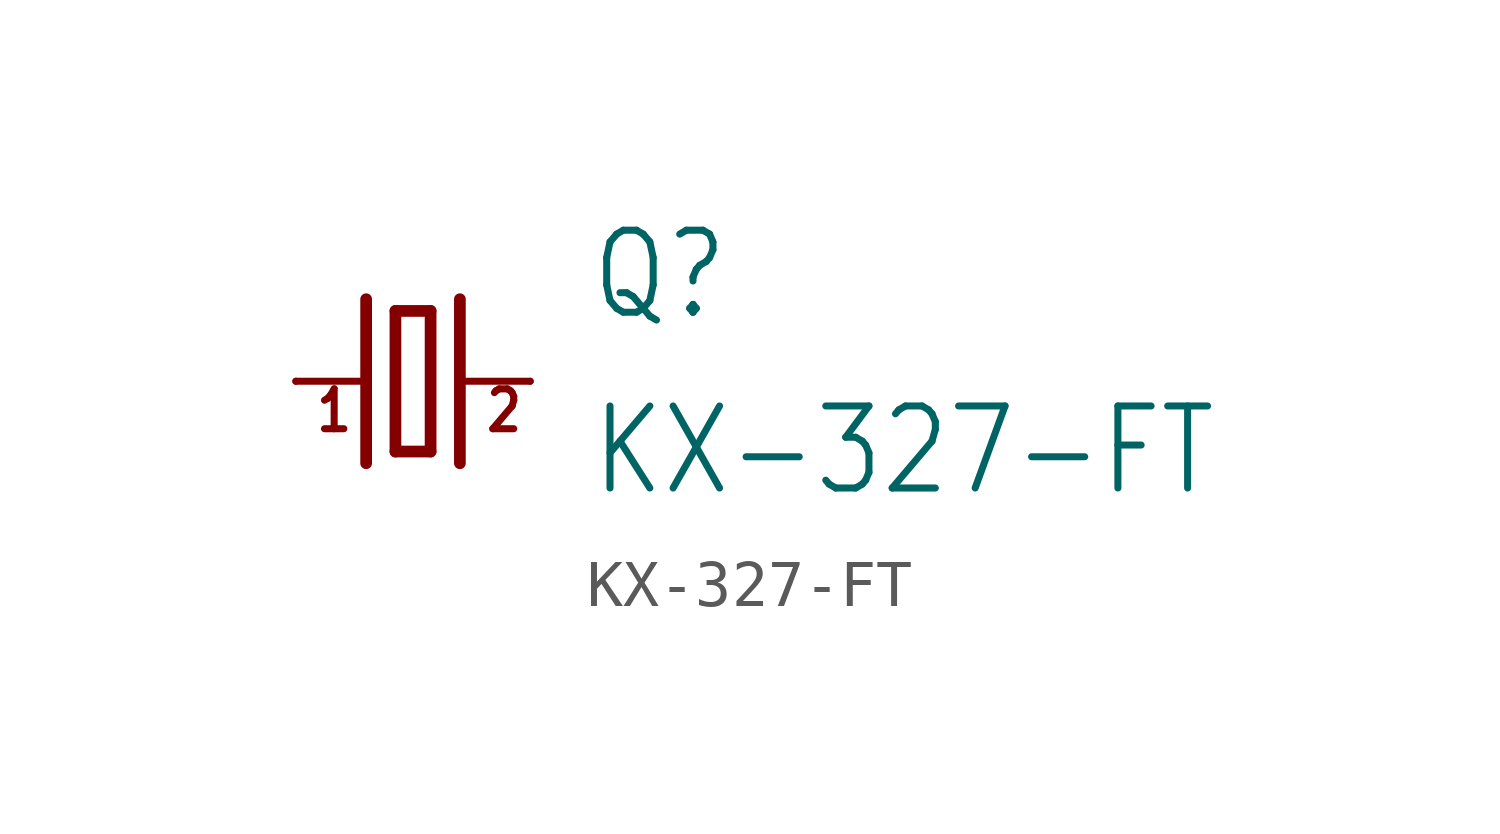
<source format=kicad_sym>
(kicad_symbol_lib
  (version 20211014)
  (generator kicad_symbol_editor)
  (symbol "KX-327-FT"
    (property "Reference" "Q"
      (at 3.81 1.27 0)
      (effects (font (size 1.778 1.511)) (justify left bottom)))
    (property "Value" "KX-327-FT"
      (at 3.81 -2.54 0)
      (effects (font (size 1.778 1.511)) (justify left bottom)))
    (property "ki_locked" ""
      (at 0 0 0)
      (effects (font (size 1.27 1.27))))
    (symbol "KX-327-FT_1_0"
      (polyline (pts (xy -2.54 0) (xy -1.016 0)) (stroke (width 0.152) (type default) (color 0 0 0 0)) (fill (type none)))
      (polyline (pts (xy -1.016 1.778) (xy -1.016 -1.778)) (stroke (width 0.254) (type default) (color 0 0 0 0)) (fill (type none)))
      (polyline (pts (xy -0.381 -1.524) (xy 0.381 -1.524)) (stroke (width 0.254) (type default) (color 0 0 0 0)) (fill (type none)))
      (polyline (pts (xy -0.381 1.524) (xy -0.381 -1.524)) (stroke (width 0.254) (type default) (color 0 0 0 0)) (fill (type none)))
      (polyline (pts (xy 0.381 -1.524) (xy 0.381 1.524)) (stroke (width 0.254) (type default) (color 0 0 0 0)) (fill (type none)))
      (polyline (pts (xy 0.381 1.524) (xy -0.381 1.524)) (stroke (width 0.254) (type default) (color 0 0 0 0)) (fill (type none)))
      (polyline (pts (xy 1.016 0) (xy 2.54 0)) (stroke (width 0.152) (type default) (color 0 0 0 0)) (fill (type none)))
      (polyline (pts (xy 1.016 1.778) (xy 1.016 -1.778)) (stroke (width 0.254) (type default) (color 0 0 0 0)) (fill (type none)))
      (text "1" (at -2.159 -1.143 0) (effects (font (size 0.864 0.734)) (justify left bottom)))
      (text "2" (at 1.524 -1.143 0) (effects (font (size 0.864 0.734)) (justify left bottom)))
      (pin passive line (at -2.54 0 0) (length 0) (name "1" (effects (font (size 0 0)))) (number "1" (effects (font (size 0 0)))))
      (pin passive line (at 2.54 0 180) (length 0) (name "2" (effects (font (size 0 0)))) (number "2" (effects (font (size 0 0))))))))
</source>
